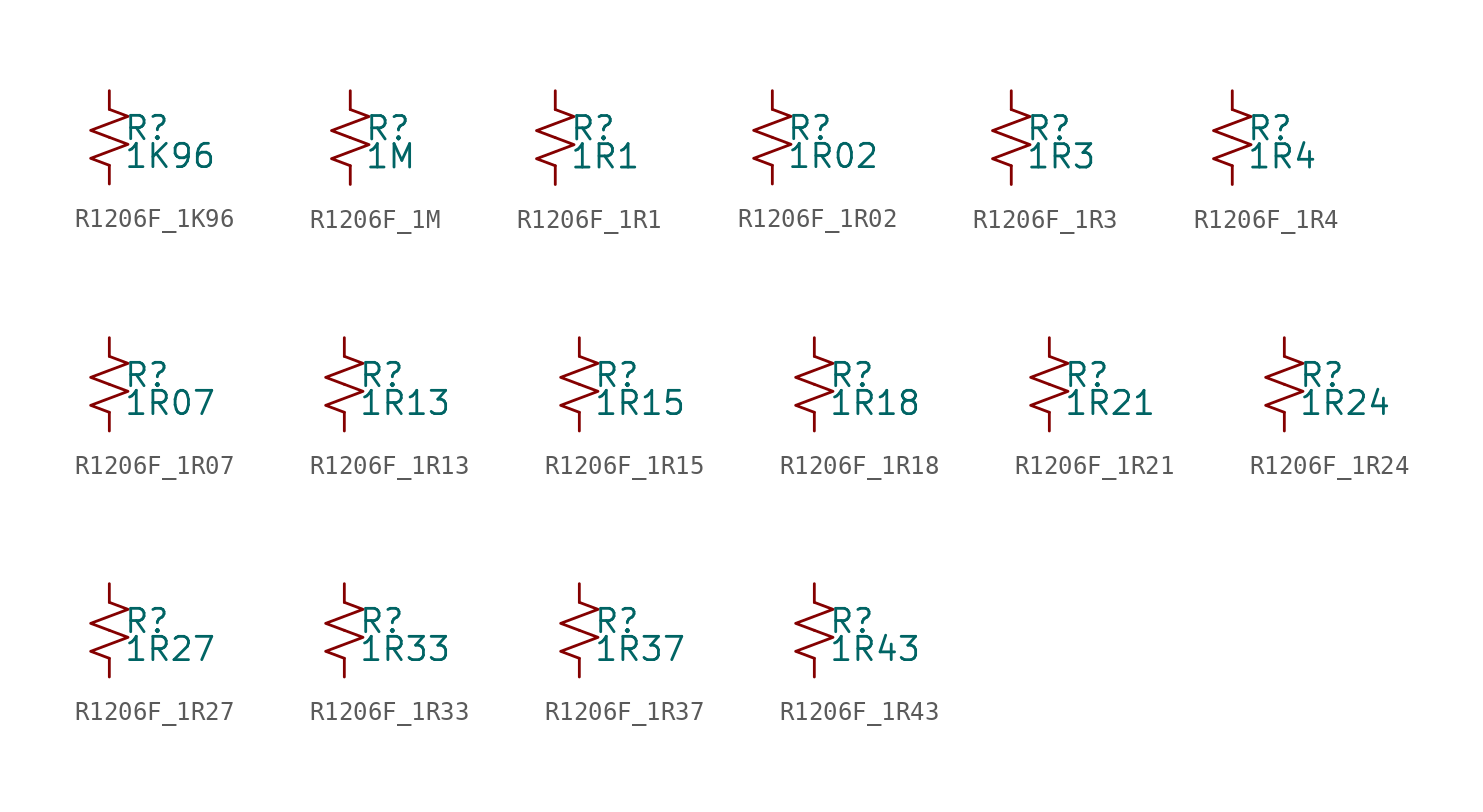
<source format=kicad_sym>
(kicad_symbol_lib
  (version 20220914)
  (generator kicad_symbol_editor)
  (symbol "R1206F_1K96"
    (pin_numbers hide)
    (pin_names
      (offset 0.254) hide)
    (property "Reference" "R"
      (at 0.762 0.508 0)
      (effects (font (size 1.27 1.27)) (justify left)))
    (property "Value" "1K96"
      (at 0.762 -1.016 0)
      (effects (font (size 1.27 1.27)) (justify left)))
    (symbol "R1206F_1K96_1_1"
      (polyline (pts (xy 0 0) (xy 1.016 -0.381) (xy 0 -0.762) (xy -1.016 -1.143) (xy 0 -1.524)) (stroke (width 0) (type default)) (fill (type none)))
      (polyline (pts (xy 0 1.524) (xy 1.016 1.143) (xy 0 0.762) (xy -1.016 0.381) (xy 0 0)) (stroke (width 0) (type default)) (fill (type none)))
      (pin passive line (at 0 2.54 270) (length 1.016) (name "~" (effects (font (size 1.27 1.27)))) (number "1" (effects (font (size 1.27 1.27)))))
      (pin passive line (at 0 -2.54 90) (length 1.016) (name "~" (effects (font (size 1.27 1.27)))) (number "2" (effects (font (size 1.27 1.27)))))))
  (symbol "R1206F_1M"
    (pin_numbers hide)
    (pin_names
      (offset 0.254) hide)
    (property "Reference" "R"
      (at 0.762 0.508 0)
      (effects (font (size 1.27 1.27)) (justify left)))
    (property "Value" "1M"
      (at 0.762 -1.016 0)
      (effects (font (size 1.27 1.27)) (justify left)))
    (symbol "R1206F_1M_1_1"
      (polyline (pts (xy 0 0) (xy 1.016 -0.381) (xy 0 -0.762) (xy -1.016 -1.143) (xy 0 -1.524)) (stroke (width 0) (type default)) (fill (type none)))
      (polyline (pts (xy 0 1.524) (xy 1.016 1.143) (xy 0 0.762) (xy -1.016 0.381) (xy 0 0)) (stroke (width 0) (type default)) (fill (type none)))
      (pin passive line (at 0 2.54 270) (length 1.016) (name "~" (effects (font (size 1.27 1.27)))) (number "1" (effects (font (size 1.27 1.27)))))
      (pin passive line (at 0 -2.54 90) (length 1.016) (name "~" (effects (font (size 1.27 1.27)))) (number "2" (effects (font (size 1.27 1.27)))))))
  (symbol "R1206F_1R1"
    (pin_numbers hide)
    (pin_names
      (offset 0.254) hide)
    (property "Reference" "R"
      (at 0.762 0.508 0)
      (effects (font (size 1.27 1.27)) (justify left)))
    (property "Value" "1R1"
      (at 0.762 -1.016 0)
      (effects (font (size 1.27 1.27)) (justify left)))
    (symbol "R1206F_1R1_1_1"
      (polyline (pts (xy 0 0) (xy 1.016 -0.381) (xy 0 -0.762) (xy -1.016 -1.143) (xy 0 -1.524)) (stroke (width 0) (type default)) (fill (type none)))
      (polyline (pts (xy 0 1.524) (xy 1.016 1.143) (xy 0 0.762) (xy -1.016 0.381) (xy 0 0)) (stroke (width 0) (type default)) (fill (type none)))
      (pin passive line (at 0 2.54 270) (length 1.016) (name "~" (effects (font (size 1.27 1.27)))) (number "1" (effects (font (size 1.27 1.27)))))
      (pin passive line (at 0 -2.54 90) (length 1.016) (name "~" (effects (font (size 1.27 1.27)))) (number "2" (effects (font (size 1.27 1.27)))))))
  (symbol "R1206F_1R02"
    (pin_numbers hide)
    (pin_names
      (offset 0.254) hide)
    (property "Reference" "R"
      (at 0.762 0.508 0)
      (effects (font (size 1.27 1.27)) (justify left)))
    (property "Value" "1R02"
      (at 0.762 -1.016 0)
      (effects (font (size 1.27 1.27)) (justify left)))
    (symbol "R1206F_1R02_1_1"
      (polyline (pts (xy 0 0) (xy 1.016 -0.381) (xy 0 -0.762) (xy -1.016 -1.143) (xy 0 -1.524)) (stroke (width 0) (type default)) (fill (type none)))
      (polyline (pts (xy 0 1.524) (xy 1.016 1.143) (xy 0 0.762) (xy -1.016 0.381) (xy 0 0)) (stroke (width 0) (type default)) (fill (type none)))
      (pin passive line (at 0 2.54 270) (length 1.016) (name "~" (effects (font (size 1.27 1.27)))) (number "1" (effects (font (size 1.27 1.27)))))
      (pin passive line (at 0 -2.54 90) (length 1.016) (name "~" (effects (font (size 1.27 1.27)))) (number "2" (effects (font (size 1.27 1.27)))))))
  (symbol "R1206F_1R3"
    (pin_numbers hide)
    (pin_names
      (offset 0.254) hide)
    (property "Reference" "R"
      (at 0.762 0.508 0)
      (effects (font (size 1.27 1.27)) (justify left)))
    (property "Value" "1R3"
      (at 0.762 -1.016 0)
      (effects (font (size 1.27 1.27)) (justify left)))
    (symbol "R1206F_1R3_1_1"
      (polyline (pts (xy 0 0) (xy 1.016 -0.381) (xy 0 -0.762) (xy -1.016 -1.143) (xy 0 -1.524)) (stroke (width 0) (type default)) (fill (type none)))
      (polyline (pts (xy 0 1.524) (xy 1.016 1.143) (xy 0 0.762) (xy -1.016 0.381) (xy 0 0)) (stroke (width 0) (type default)) (fill (type none)))
      (pin passive line (at 0 2.54 270) (length 1.016) (name "~" (effects (font (size 1.27 1.27)))) (number "1" (effects (font (size 1.27 1.27)))))
      (pin passive line (at 0 -2.54 90) (length 1.016) (name "~" (effects (font (size 1.27 1.27)))) (number "2" (effects (font (size 1.27 1.27)))))))
  (symbol "R1206F_1R4"
    (pin_numbers hide)
    (pin_names
      (offset 0.254) hide)
    (property "Reference" "R"
      (at 0.762 0.508 0)
      (effects (font (size 1.27 1.27)) (justify left)))
    (property "Value" "1R4"
      (at 0.762 -1.016 0)
      (effects (font (size 1.27 1.27)) (justify left)))
    (symbol "R1206F_1R4_1_1"
      (polyline (pts (xy 0 0) (xy 1.016 -0.381) (xy 0 -0.762) (xy -1.016 -1.143) (xy 0 -1.524)) (stroke (width 0) (type default)) (fill (type none)))
      (polyline (pts (xy 0 1.524) (xy 1.016 1.143) (xy 0 0.762) (xy -1.016 0.381) (xy 0 0)) (stroke (width 0) (type default)) (fill (type none)))
      (pin passive line (at 0 2.54 270) (length 1.016) (name "~" (effects (font (size 1.27 1.27)))) (number "1" (effects (font (size 1.27 1.27)))))
      (pin passive line (at 0 -2.54 90) (length 1.016) (name "~" (effects (font (size 1.27 1.27)))) (number "2" (effects (font (size 1.27 1.27)))))))
  (symbol "R1206F_1R07"
    (pin_numbers hide)
    (pin_names
      (offset 0.254) hide)
    (property "Reference" "R"
      (at 0.762 0.508 0)
      (effects (font (size 1.27 1.27)) (justify left)))
    (property "Value" "1R07"
      (at 0.762 -1.016 0)
      (effects (font (size 1.27 1.27)) (justify left)))
    (symbol "R1206F_1R07_1_1"
      (polyline (pts (xy 0 0) (xy 1.016 -0.381) (xy 0 -0.762) (xy -1.016 -1.143) (xy 0 -1.524)) (stroke (width 0) (type default)) (fill (type none)))
      (polyline (pts (xy 0 1.524) (xy 1.016 1.143) (xy 0 0.762) (xy -1.016 0.381) (xy 0 0)) (stroke (width 0) (type default)) (fill (type none)))
      (pin passive line (at 0 2.54 270) (length 1.016) (name "~" (effects (font (size 1.27 1.27)))) (number "1" (effects (font (size 1.27 1.27)))))
      (pin passive line (at 0 -2.54 90) (length 1.016) (name "~" (effects (font (size 1.27 1.27)))) (number "2" (effects (font (size 1.27 1.27)))))))
  (symbol "R1206F_1R13"
    (pin_numbers hide)
    (pin_names
      (offset 0.254) hide)
    (property "Reference" "R"
      (at 0.762 0.508 0)
      (effects (font (size 1.27 1.27)) (justify left)))
    (property "Value" "1R13"
      (at 0.762 -1.016 0)
      (effects (font (size 1.27 1.27)) (justify left)))
    (symbol "R1206F_1R13_1_1"
      (polyline (pts (xy 0 0) (xy 1.016 -0.381) (xy 0 -0.762) (xy -1.016 -1.143) (xy 0 -1.524)) (stroke (width 0) (type default)) (fill (type none)))
      (polyline (pts (xy 0 1.524) (xy 1.016 1.143) (xy 0 0.762) (xy -1.016 0.381) (xy 0 0)) (stroke (width 0) (type default)) (fill (type none)))
      (pin passive line (at 0 2.54 270) (length 1.016) (name "~" (effects (font (size 1.27 1.27)))) (number "1" (effects (font (size 1.27 1.27)))))
      (pin passive line (at 0 -2.54 90) (length 1.016) (name "~" (effects (font (size 1.27 1.27)))) (number "2" (effects (font (size 1.27 1.27)))))))
  (symbol "R1206F_1R15"
    (pin_numbers hide)
    (pin_names
      (offset 0.254) hide)
    (property "Reference" "R"
      (at 0.762 0.508 0)
      (effects (font (size 1.27 1.27)) (justify left)))
    (property "Value" "1R15"
      (at 0.762 -1.016 0)
      (effects (font (size 1.27 1.27)) (justify left)))
    (symbol "R1206F_1R15_1_1"
      (polyline (pts (xy 0 0) (xy 1.016 -0.381) (xy 0 -0.762) (xy -1.016 -1.143) (xy 0 -1.524)) (stroke (width 0) (type default)) (fill (type none)))
      (polyline (pts (xy 0 1.524) (xy 1.016 1.143) (xy 0 0.762) (xy -1.016 0.381) (xy 0 0)) (stroke (width 0) (type default)) (fill (type none)))
      (pin passive line (at 0 2.54 270) (length 1.016) (name "~" (effects (font (size 1.27 1.27)))) (number "1" (effects (font (size 1.27 1.27)))))
      (pin passive line (at 0 -2.54 90) (length 1.016) (name "~" (effects (font (size 1.27 1.27)))) (number "2" (effects (font (size 1.27 1.27)))))))
  (symbol "R1206F_1R18"
    (pin_numbers hide)
    (pin_names
      (offset 0.254) hide)
    (property "Reference" "R"
      (at 0.762 0.508 0)
      (effects (font (size 1.27 1.27)) (justify left)))
    (property "Value" "1R18"
      (at 0.762 -1.016 0)
      (effects (font (size 1.27 1.27)) (justify left)))
    (symbol "R1206F_1R18_1_1"
      (polyline (pts (xy 0 0) (xy 1.016 -0.381) (xy 0 -0.762) (xy -1.016 -1.143) (xy 0 -1.524)) (stroke (width 0) (type default)) (fill (type none)))
      (polyline (pts (xy 0 1.524) (xy 1.016 1.143) (xy 0 0.762) (xy -1.016 0.381) (xy 0 0)) (stroke (width 0) (type default)) (fill (type none)))
      (pin passive line (at 0 2.54 270) (length 1.016) (name "~" (effects (font (size 1.27 1.27)))) (number "1" (effects (font (size 1.27 1.27)))))
      (pin passive line (at 0 -2.54 90) (length 1.016) (name "~" (effects (font (size 1.27 1.27)))) (number "2" (effects (font (size 1.27 1.27)))))))
  (symbol "R1206F_1R21"
    (pin_numbers hide)
    (pin_names
      (offset 0.254) hide)
    (property "Reference" "R"
      (at 0.762 0.508 0)
      (effects (font (size 1.27 1.27)) (justify left)))
    (property "Value" "1R21"
      (at 0.762 -1.016 0)
      (effects (font (size 1.27 1.27)) (justify left)))
    (symbol "R1206F_1R21_1_1"
      (polyline (pts (xy 0 0) (xy 1.016 -0.381) (xy 0 -0.762) (xy -1.016 -1.143) (xy 0 -1.524)) (stroke (width 0) (type default)) (fill (type none)))
      (polyline (pts (xy 0 1.524) (xy 1.016 1.143) (xy 0 0.762) (xy -1.016 0.381) (xy 0 0)) (stroke (width 0) (type default)) (fill (type none)))
      (pin passive line (at 0 2.54 270) (length 1.016) (name "~" (effects (font (size 1.27 1.27)))) (number "1" (effects (font (size 1.27 1.27)))))
      (pin passive line (at 0 -2.54 90) (length 1.016) (name "~" (effects (font (size 1.27 1.27)))) (number "2" (effects (font (size 1.27 1.27)))))))
  (symbol "R1206F_1R24"
    (pin_numbers hide)
    (pin_names
      (offset 0.254) hide)
    (property "Reference" "R"
      (at 0.762 0.508 0)
      (effects (font (size 1.27 1.27)) (justify left)))
    (property "Value" "1R24"
      (at 0.762 -1.016 0)
      (effects (font (size 1.27 1.27)) (justify left)))
    (symbol "R1206F_1R24_1_1"
      (polyline (pts (xy 0 0) (xy 1.016 -0.381) (xy 0 -0.762) (xy -1.016 -1.143) (xy 0 -1.524)) (stroke (width 0) (type default)) (fill (type none)))
      (polyline (pts (xy 0 1.524) (xy 1.016 1.143) (xy 0 0.762) (xy -1.016 0.381) (xy 0 0)) (stroke (width 0) (type default)) (fill (type none)))
      (pin passive line (at 0 2.54 270) (length 1.016) (name "~" (effects (font (size 1.27 1.27)))) (number "1" (effects (font (size 1.27 1.27)))))
      (pin passive line (at 0 -2.54 90) (length 1.016) (name "~" (effects (font (size 1.27 1.27)))) (number "2" (effects (font (size 1.27 1.27)))))))
  (symbol "R1206F_1R27"
    (pin_numbers hide)
    (pin_names
      (offset 0.254) hide)
    (property "Reference" "R"
      (at 0.762 0.508 0)
      (effects (font (size 1.27 1.27)) (justify left)))
    (property "Value" "1R27"
      (at 0.762 -1.016 0)
      (effects (font (size 1.27 1.27)) (justify left)))
    (symbol "R1206F_1R27_1_1"
      (polyline (pts (xy 0 0) (xy 1.016 -0.381) (xy 0 -0.762) (xy -1.016 -1.143) (xy 0 -1.524)) (stroke (width 0) (type default)) (fill (type none)))
      (polyline (pts (xy 0 1.524) (xy 1.016 1.143) (xy 0 0.762) (xy -1.016 0.381) (xy 0 0)) (stroke (width 0) (type default)) (fill (type none)))
      (pin passive line (at 0 2.54 270) (length 1.016) (name "~" (effects (font (size 1.27 1.27)))) (number "1" (effects (font (size 1.27 1.27)))))
      (pin passive line (at 0 -2.54 90) (length 1.016) (name "~" (effects (font (size 1.27 1.27)))) (number "2" (effects (font (size 1.27 1.27)))))))
  (symbol "R1206F_1R33"
    (pin_numbers hide)
    (pin_names
      (offset 0.254) hide)
    (property "Reference" "R"
      (at 0.762 0.508 0)
      (effects (font (size 1.27 1.27)) (justify left)))
    (property "Value" "1R33"
      (at 0.762 -1.016 0)
      (effects (font (size 1.27 1.27)) (justify left)))
    (symbol "R1206F_1R33_1_1"
      (polyline (pts (xy 0 0) (xy 1.016 -0.381) (xy 0 -0.762) (xy -1.016 -1.143) (xy 0 -1.524)) (stroke (width 0) (type default)) (fill (type none)))
      (polyline (pts (xy 0 1.524) (xy 1.016 1.143) (xy 0 0.762) (xy -1.016 0.381) (xy 0 0)) (stroke (width 0) (type default)) (fill (type none)))
      (pin passive line (at 0 2.54 270) (length 1.016) (name "~" (effects (font (size 1.27 1.27)))) (number "1" (effects (font (size 1.27 1.27)))))
      (pin passive line (at 0 -2.54 90) (length 1.016) (name "~" (effects (font (size 1.27 1.27)))) (number "2" (effects (font (size 1.27 1.27)))))))
  (symbol "R1206F_1R37"
    (pin_numbers hide)
    (pin_names
      (offset 0.254) hide)
    (property "Reference" "R"
      (at 0.762 0.508 0)
      (effects (font (size 1.27 1.27)) (justify left)))
    (property "Value" "1R37"
      (at 0.762 -1.016 0)
      (effects (font (size 1.27 1.27)) (justify left)))
    (symbol "R1206F_1R37_1_1"
      (polyline (pts (xy 0 0) (xy 1.016 -0.381) (xy 0 -0.762) (xy -1.016 -1.143) (xy 0 -1.524)) (stroke (width 0) (type default)) (fill (type none)))
      (polyline (pts (xy 0 1.524) (xy 1.016 1.143) (xy 0 0.762) (xy -1.016 0.381) (xy 0 0)) (stroke (width 0) (type default)) (fill (type none)))
      (pin passive line (at 0 2.54 270) (length 1.016) (name "~" (effects (font (size 1.27 1.27)))) (number "1" (effects (font (size 1.27 1.27)))))
      (pin passive line (at 0 -2.54 90) (length 1.016) (name "~" (effects (font (size 1.27 1.27)))) (number "2" (effects (font (size 1.27 1.27)))))))
  (symbol "R1206F_1R43"
    (pin_numbers hide)
    (pin_names
      (offset 0.254) hide)
    (property "Reference" "R"
      (at 0.762 0.508 0)
      (effects (font (size 1.27 1.27)) (justify left)))
    (property "Value" "1R43"
      (at 0.762 -1.016 0)
      (effects (font (size 1.27 1.27)) (justify left)))
    (symbol "R1206F_1R43_1_1"
      (polyline (pts (xy 0 0) (xy 1.016 -0.381) (xy 0 -0.762) (xy -1.016 -1.143) (xy 0 -1.524)) (stroke (width 0) (type default)) (fill (type none)))
      (polyline (pts (xy 0 1.524) (xy 1.016 1.143) (xy 0 0.762) (xy -1.016 0.381) (xy 0 0)) (stroke (width 0) (type default)) (fill (type none)))
      (pin passive line (at 0 2.54 270) (length 1.016) (name "~" (effects (font (size 1.27 1.27)))) (number "1" (effects (font (size 1.27 1.27)))))
      (pin passive line (at 0 -2.54 90) (length 1.016) (name "~" (effects (font (size 1.27 1.27)))) (number "2" (effects (font (size 1.27 1.27))))))))
</source>
